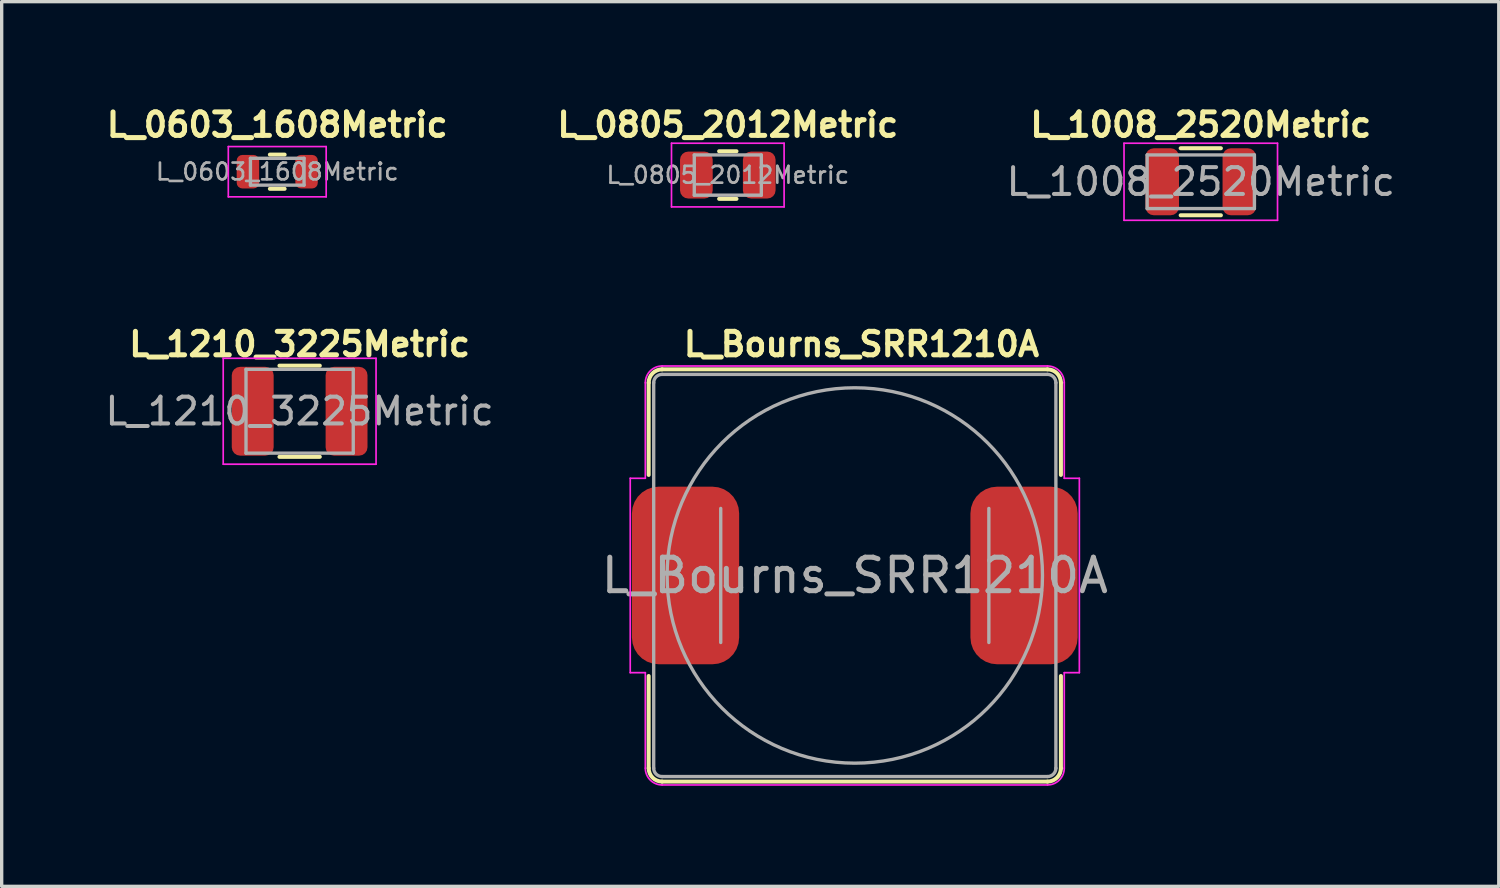
<source format=kicad_pcb>
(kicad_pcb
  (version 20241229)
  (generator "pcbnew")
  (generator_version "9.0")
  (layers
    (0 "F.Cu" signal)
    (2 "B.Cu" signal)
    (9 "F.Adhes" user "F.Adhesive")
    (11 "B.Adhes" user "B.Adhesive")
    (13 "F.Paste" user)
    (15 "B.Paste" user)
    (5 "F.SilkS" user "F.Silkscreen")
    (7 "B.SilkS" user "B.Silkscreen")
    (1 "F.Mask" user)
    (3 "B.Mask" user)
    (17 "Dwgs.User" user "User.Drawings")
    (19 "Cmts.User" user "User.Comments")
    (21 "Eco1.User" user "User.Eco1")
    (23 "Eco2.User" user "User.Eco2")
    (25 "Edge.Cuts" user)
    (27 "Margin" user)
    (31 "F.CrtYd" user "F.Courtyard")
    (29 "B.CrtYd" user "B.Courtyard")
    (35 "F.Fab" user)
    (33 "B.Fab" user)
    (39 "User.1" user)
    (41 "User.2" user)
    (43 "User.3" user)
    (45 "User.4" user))
  (footprint "L_0805_2012Metric"
    (layer "F.Cu")
    (at 18.665 2.173)
    (property "Reference" "L_0805_2012Metric" (at 0 -1.5 0) (layer "F.SilkS") (effects (font (size 0.7 0.7) (thickness 0.15))))
    (attr smd)
    (fp_line (start -0.259 -0.71) (end 0.259 -0.71) (stroke (width 0.12) (type solid)) (layer "F.SilkS"))
    (fp_line (start -0.259 0.71) (end 0.259 0.71) (stroke (width 0.12) (type solid)) (layer "F.SilkS"))
    (fp_line (start -1.68 -0.95) (end 1.68 -0.95) (stroke (width 0.05) (type solid)) (layer "F.CrtYd"))
    (fp_line (start -1.68 0.95) (end -1.68 -0.95) (stroke (width 0.05) (type solid)) (layer "F.CrtYd"))
    (fp_line (start 1.68 -0.95) (end 1.68 0.95) (stroke (width 0.05) (type solid)) (layer "F.CrtYd"))
    (fp_line (start 1.68 0.95) (end -1.68 0.95) (stroke (width 0.05) (type solid)) (layer "F.CrtYd"))
    (fp_line (start -1 -0.6) (end 1 -0.6) (stroke (width 0.1) (type solid)) (layer "F.Fab"))
    (fp_line (start -1 0.6) (end -1 -0.6) (stroke (width 0.1) (type solid)) (layer "F.Fab"))
    (fp_line (start 1 -0.6) (end 1 0.6) (stroke (width 0.1) (type solid)) (layer "F.Fab"))
    (fp_line (start 1 0.6) (end -1 0.6) (stroke (width 0.1) (type solid)) (layer "F.Fab"))
    (fp_text user "${REFERENCE}" (at 0 0 0) (layer "F.Fab") (effects (font (size 0.5 0.5) (thickness 0.08))))
    (pad "1" smd roundrect (at -0.938 0) (size 0.975 1.4) (layers "F.Cu" "F.Mask" "F.Paste") (roundrect_rratio 0.25))
    (pad "2" smd roundrect (at 0.938 0) (size 0.975 1.4) (layers "F.Cu" "F.Mask" "F.Paste") (roundrect_rratio 0.25)))
  (footprint "L_Bourns_SRR1210A"
    (layer "F.Cu")
    (at 22.454 14.12)
    (property "Reference" "L_Bourns_SRR1210A" (at 0.2 -6.9 0) (layer "F.SilkS") (effects (font (size 0.7 0.7) (thickness 0.15))))
    (attr smd)
    (fp_line (start -6.15 -5.75) (end -6.15 -3) (stroke (width 0.12) (type solid)) (layer "F.SilkS"))
    (fp_line (start -6.15 3) (end -6.15 5.75) (stroke (width 0.12) (type solid)) (layer "F.SilkS"))
    (fp_line (start -5.75 -6.15) (end 5.75 -6.15) (stroke (width 0.12) (type solid)) (layer "F.SilkS"))
    (fp_line (start 5.75 6.15) (end -5.75 6.15) (stroke (width 0.12) (type solid)) (layer "F.SilkS"))
    (fp_line (start 6.15 -5.75) (end 6.15 -3) (stroke (width 0.12) (type solid)) (layer "F.SilkS"))
    (fp_line (start 6.15 3) (end 6.15 5.75) (stroke (width 0.12) (type solid)) (layer "F.SilkS"))
    (fp_arc (start -6.15 -5.75) (mid -6.032843 -6.032843) (end -5.75 -6.15) (stroke (width 0.12) (type solid)) (layer "F.SilkS"))
    (fp_arc (start -5.75 6.15) (mid -6.032843 6.032843) (end -6.15 5.75) (stroke (width 0.12) (type solid)) (layer "F.SilkS"))
    (fp_arc (start 5.75 -6.15) (mid 6.032843 -6.032843) (end 6.15 -5.75) (stroke (width 0.12) (type solid)) (layer "F.SilkS"))
    (fp_arc (start 6.15 5.75) (mid 6.032843 6.032843) (end 5.75 6.15) (stroke (width 0.12) (type solid)) (layer "F.SilkS"))
    (fp_line (start -6.7 -2.9) (end -6.7 2.9) (stroke (width 0.05) (type solid)) (layer "F.CrtYd"))
    (fp_line (start -6.7 -2.9) (end -6.25 -2.9) (stroke (width 0.05) (type solid)) (layer "F.CrtYd"))
    (fp_line (start -6.25 -5.75) (end -6.25 -2.9) (stroke (width 0.05) (type solid)) (layer "F.CrtYd"))
    (fp_line (start -6.25 2.9) (end -6.7 2.9) (stroke (width 0.05) (type solid)) (layer "F.CrtYd"))
    (fp_line (start -6.25 5.75) (end -6.25 2.9) (stroke (width 0.05) (type solid)) (layer "F.CrtYd"))
    (fp_line (start -5.75 -6.25) (end 5.75 -6.25) (stroke (width 0.05) (type solid)) (layer "F.CrtYd"))
    (fp_line (start 5.75 6.25) (end -5.75 6.25) (stroke (width 0.05) (type solid)) (layer "F.CrtYd"))
    (fp_line (start 6.25 -5.75) (end 6.25 -2.9) (stroke (width 0.05) (type solid)) (layer "F.CrtYd"))
    (fp_line (start 6.25 2.9) (end 6.25 5.75) (stroke (width 0.05) (type solid)) (layer "F.CrtYd"))
    (fp_line (start 6.7 -2.9) (end 6.25 -2.9) (stroke (width 0.05) (type solid)) (layer "F.CrtYd"))
    (fp_line (start 6.7 -2.9) (end 6.7 2.9) (stroke (width 0.05) (type solid)) (layer "F.CrtYd"))
    (fp_line (start 6.7 2.9) (end 6.25 2.9) (stroke (width 0.05) (type solid)) (layer "F.CrtYd"))
    (fp_arc (start -6.25 -5.75) (mid -6.103553 -6.103553) (end -5.75 -6.25) (stroke (width 0.05) (type solid)) (layer "F.CrtYd"))
    (fp_arc (start -5.75 6.25) (mid -6.103553 6.103553) (end -6.25 5.75) (stroke (width 0.05) (type solid)) (layer "F.CrtYd"))
    (fp_arc (start 5.75 -6.25) (mid 6.103553 -6.103553) (end 6.25 -5.75) (stroke (width 0.05) (type solid)) (layer "F.CrtYd"))
    (fp_arc (start 6.25 5.75) (mid 6.103553 6.103553) (end 5.75 6.25) (stroke (width 0.05) (type solid)) (layer "F.CrtYd"))
    (fp_line (start -6 -5.75) (end -6 5.75) (stroke (width 0.1) (type solid)) (layer "F.Fab"))
    (fp_line (start -5.75 -6) (end 5.75 -6) (stroke (width 0.1) (type solid)) (layer "F.Fab"))
    (fp_line (start -4 2) (end -4 -2) (stroke (width 0.1) (type solid)) (layer "F.Fab"))
    (fp_line (start 4 -2) (end 4 2) (stroke (width 0.1) (type solid)) (layer "F.Fab"))
    (fp_line (start 5.75 6) (end -5.75 6) (stroke (width 0.1) (type solid)) (layer "F.Fab"))
    (fp_line (start 6 -5.75) (end 6 5.75) (stroke (width 0.1) (type solid)) (layer "F.Fab"))
    (fp_arc (start -6 -5.75) (mid -5.926777 -5.926777) (end -5.75 -6) (stroke (width 0.1) (type solid)) (layer "F.Fab"))
    (fp_arc (start -5.75 6) (mid -5.926777 5.926777) (end -6 5.75) (stroke (width 0.1) (type solid)) (layer "F.Fab"))
    (fp_arc (start 5.75 -6) (mid 5.926777 -5.926777) (end 6 -5.75) (stroke (width 0.1) (type solid)) (layer "F.Fab"))
    (fp_arc (start 6 5.75) (mid 5.926777 5.926777) (end 5.75 6) (stroke (width 0.1) (type solid)) (layer "F.Fab"))
    (fp_circle (center 0 0) (end 0 -5.6) (stroke (width 0.1) (type solid)) (fill no) (layer "F.Fab"))
    (fp_text user "${REFERENCE}" (at 0 0 0) (layer "F.Fab") (effects (font (size 1 1) (thickness 0.15))))
    (pad "1" smd roundrect (at -5.05 0) (size 3.2 5.3) (layers "F.Cu" "F.Mask" "F.Paste") (roundrect_rratio 0.25))
    (pad "2" smd roundrect (at 5.05 0) (size 3.2 5.3) (layers "F.Cu" "F.Mask" "F.Paste") (roundrect_rratio 0.25)))
  (footprint "L_1008_2520Metric"
    (layer "F.Cu")
    (at 32.777 2.373)
    (property "Reference" "L_1008_2520Metric" (at 0 -1.7 0) (layer "F.SilkS") (effects (font (size 0.7 0.7) (thickness 0.15))))
    (attr smd)
    (fp_line (start -0.6 -1) (end 0.6 -1) (stroke (width 0.12) (type solid)) (layer "F.SilkS"))
    (fp_line (start -0.6 1) (end 0.6 1) (stroke (width 0.12) (type solid)) (layer "F.SilkS"))
    (fp_line (start -2.29 -1.15) (end 2.29 -1.15) (stroke (width 0.05) (type solid)) (layer "F.CrtYd"))
    (fp_line (start -2.29 1.15) (end -2.29 -1.15) (stroke (width 0.05) (type solid)) (layer "F.CrtYd"))
    (fp_line (start 2.29 -1.15) (end 2.29 1.15) (stroke (width 0.05) (type solid)) (layer "F.CrtYd"))
    (fp_line (start 2.29 1.15) (end -2.29 1.15) (stroke (width 0.05) (type solid)) (layer "F.CrtYd"))
    (fp_line (start -1.6 -0.8) (end 1.6 -0.8) (stroke (width 0.1) (type solid)) (layer "F.Fab"))
    (fp_line (start -1.6 0.8) (end -1.6 -0.8) (stroke (width 0.1) (type solid)) (layer "F.Fab"))
    (fp_line (start 1.6 -0.8) (end 1.6 0.8) (stroke (width 0.1) (type solid)) (layer "F.Fab"))
    (fp_line (start 1.6 0.8) (end -1.6 0.8) (stroke (width 0.1) (type solid)) (layer "F.Fab"))
    (fp_text user "${REFERENCE}" (at 0 0 0) (layer "F.Fab") (effects (font (size 0.8 0.8) (thickness 0.12))))
    (pad "1" smd roundrect (at -1.15 0) (size 1 2) (layers "F.Cu" "F.Mask" "F.Paste") (roundrect_rratio 0.25))
    (pad "2" smd roundrect (at 1.15 0) (size 1 2) (layers "F.Cu" "F.Mask" "F.Paste") (roundrect_rratio 0.25)))
  (footprint "L_0603_1608Metric"
    (layer "F.Cu")
    (at 5.222 2.073)
    (property "Reference" "L_0603_1608Metric" (at 0 -1.4 0) (layer "F.SilkS") (effects (font (size 0.7 0.7) (thickness 0.15))))
    (attr smd)
    (fp_line (start -0.22 -0.51) (end 0.22 -0.51) (stroke (width 0.12) (type solid)) (layer "F.SilkS"))
    (fp_line (start -0.22 0.51) (end 0.22 0.51) (stroke (width 0.12) (type solid)) (layer "F.SilkS"))
    (fp_line (start -1.46 -0.75) (end 1.46 -0.75) (stroke (width 0.05) (type solid)) (layer "F.CrtYd"))
    (fp_line (start -1.46 0.75) (end -1.46 -0.75) (stroke (width 0.05) (type solid)) (layer "F.CrtYd"))
    (fp_line (start 1.46 -0.75) (end 1.46 0.75) (stroke (width 0.05) (type solid)) (layer "F.CrtYd"))
    (fp_line (start 1.46 0.75) (end -1.46 0.75) (stroke (width 0.05) (type solid)) (layer "F.CrtYd"))
    (fp_line (start -0.8 -0.4) (end 0.8 -0.4) (stroke (width 0.1) (type solid)) (layer "F.Fab"))
    (fp_line (start -0.8 0.4) (end -0.8 -0.4) (stroke (width 0.1) (type solid)) (layer "F.Fab"))
    (fp_line (start 0.8 -0.4) (end 0.8 0.4) (stroke (width 0.1) (type solid)) (layer "F.Fab"))
    (fp_line (start 0.8 0.4) (end -0.8 0.4) (stroke (width 0.1) (type solid)) (layer "F.Fab"))
    (fp_text user "${REFERENCE}" (at 0 0 0) (layer "F.Fab") (effects (font (size 0.5 0.5) (thickness 0.08))))
    (pad "1" smd roundrect (at -0.875 0) (size 0.67 1) (layers "F.Cu" "F.Mask" "F.Paste") (roundrect_rratio 0.25))
    (pad "2" smd roundrect (at 0.875 0) (size 0.67 1) (layers "F.Cu" "F.Mask" "F.Paste") (roundrect_rratio 0.25)))
  (footprint "L_1210_3225Metric"
    (layer "F.Cu")
    (at 5.89 9.22)
    (property "Reference" "L_1210_3225Metric" (at 0 -2 0) (layer "F.SilkS") (effects (font (size 0.7 0.7) (thickness 0.15))))
    (attr smd)
    (fp_line (start -0.602 -1.36) (end 0.602 -1.36) (stroke (width 0.12) (type solid)) (layer "F.SilkS"))
    (fp_line (start -0.602 1.36) (end 0.602 1.36) (stroke (width 0.12) (type solid)) (layer "F.SilkS"))
    (fp_line (start -2.28 -1.58) (end 2.28 -1.58) (stroke (width 0.05) (type solid)) (layer "F.CrtYd"))
    (fp_line (start -2.28 1.58) (end -2.28 -1.58) (stroke (width 0.05) (type solid)) (layer "F.CrtYd"))
    (fp_line (start 2.28 -1.58) (end 2.28 1.58) (stroke (width 0.05) (type solid)) (layer "F.CrtYd"))
    (fp_line (start 2.28 1.58) (end -2.28 1.58) (stroke (width 0.05) (type solid)) (layer "F.CrtYd"))
    (fp_line (start -1.6 -1.25) (end 1.6 -1.25) (stroke (width 0.1) (type solid)) (layer "F.Fab"))
    (fp_line (start -1.6 1.25) (end -1.6 -1.25) (stroke (width 0.1) (type solid)) (layer "F.Fab"))
    (fp_line (start 1.6 -1.25) (end 1.6 1.25) (stroke (width 0.1) (type solid)) (layer "F.Fab"))
    (fp_line (start 1.6 1.25) (end -1.6 1.25) (stroke (width 0.1) (type solid)) (layer "F.Fab"))
    (fp_text user "${REFERENCE}" (at 0 0 0) (layer "F.Fab") (effects (font (size 0.8 0.8) (thickness 0.12))))
    (pad "1" smd roundrect (at -1.4 0) (size 1.25 2.65) (layers "F.Cu" "F.Mask" "F.Paste") (roundrect_rratio 0.2))
    (pad "2" smd roundrect (at 1.4 0) (size 1.25 2.65) (layers "F.Cu" "F.Mask" "F.Paste") (roundrect_rratio 0.2)))
  (gr_rect
    (start -3 -3)
    (end 41.668 23.395)
    (stroke (width 0.1) (type default))
    (fill no)
    (layer "Edge.Cuts")))
</source>
